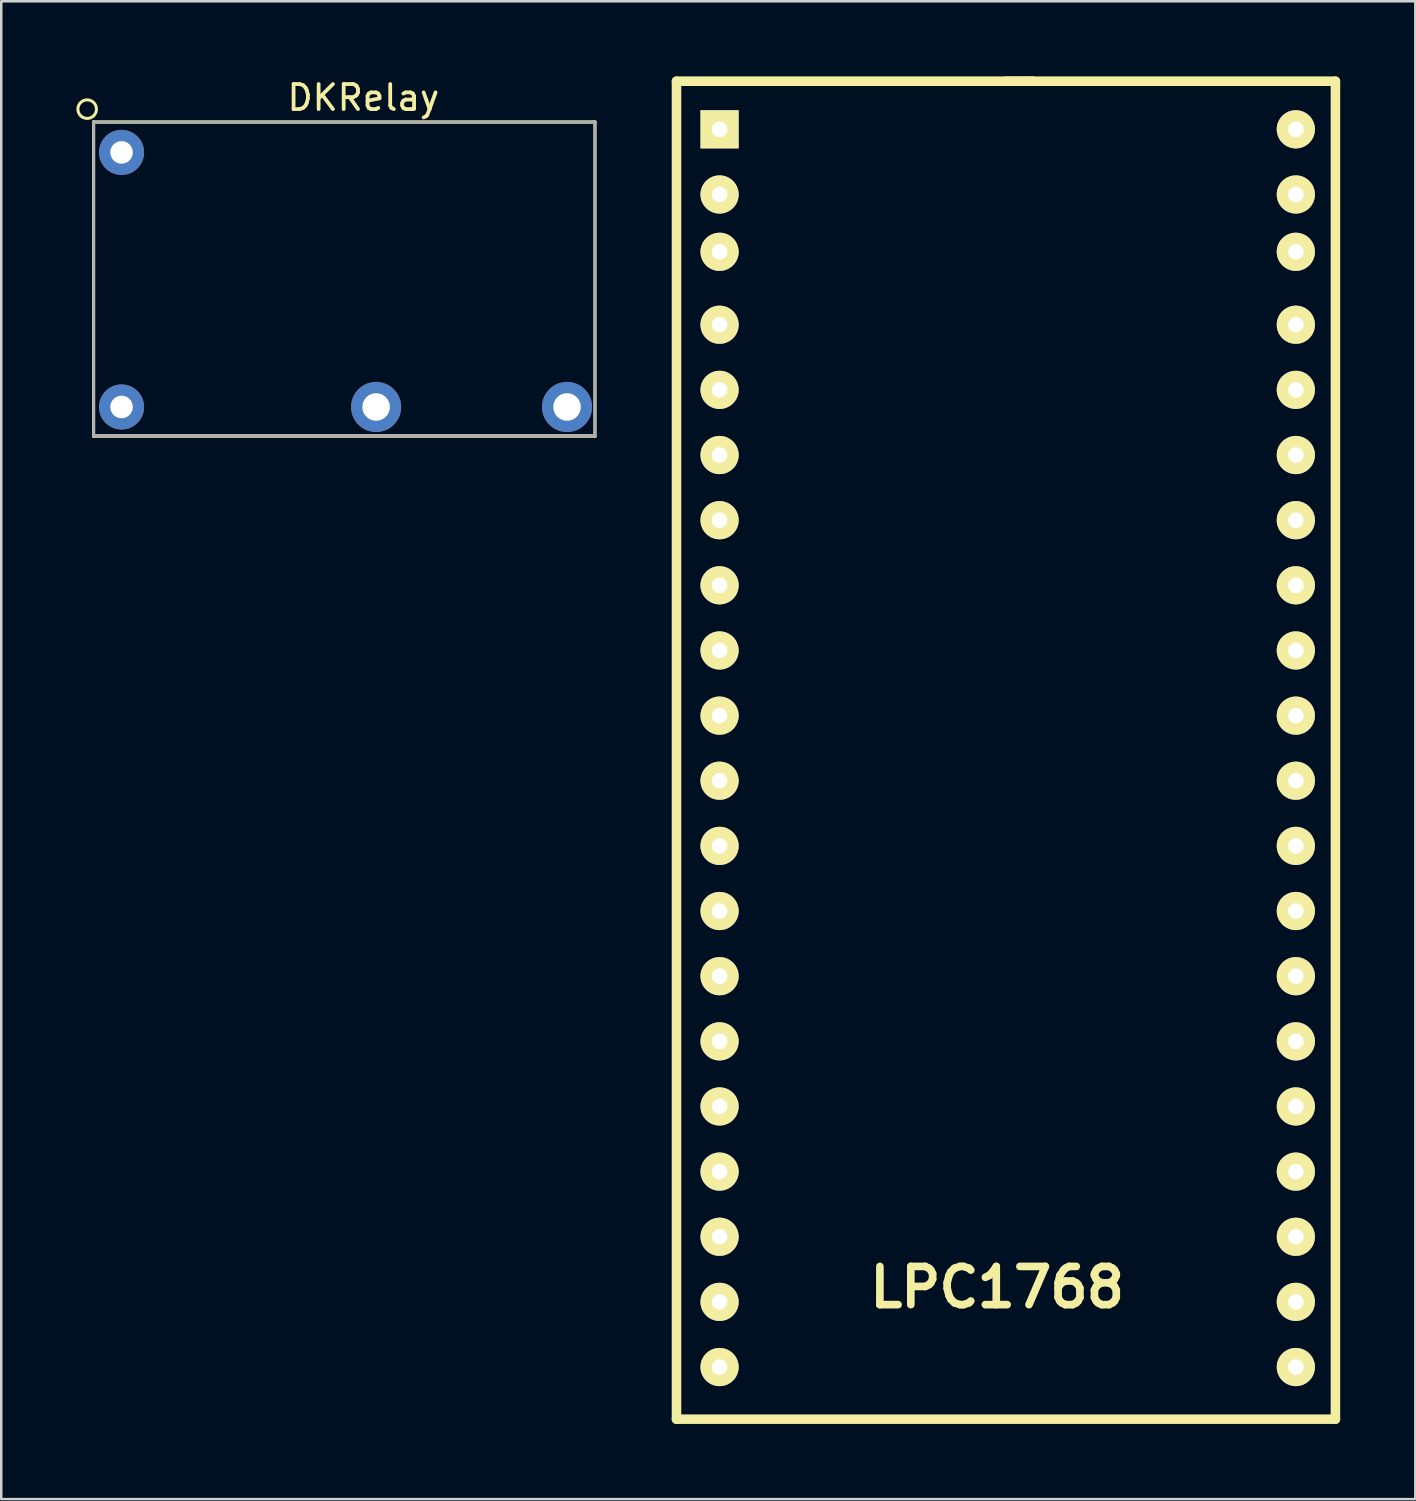
<source format=kicad_pcb>
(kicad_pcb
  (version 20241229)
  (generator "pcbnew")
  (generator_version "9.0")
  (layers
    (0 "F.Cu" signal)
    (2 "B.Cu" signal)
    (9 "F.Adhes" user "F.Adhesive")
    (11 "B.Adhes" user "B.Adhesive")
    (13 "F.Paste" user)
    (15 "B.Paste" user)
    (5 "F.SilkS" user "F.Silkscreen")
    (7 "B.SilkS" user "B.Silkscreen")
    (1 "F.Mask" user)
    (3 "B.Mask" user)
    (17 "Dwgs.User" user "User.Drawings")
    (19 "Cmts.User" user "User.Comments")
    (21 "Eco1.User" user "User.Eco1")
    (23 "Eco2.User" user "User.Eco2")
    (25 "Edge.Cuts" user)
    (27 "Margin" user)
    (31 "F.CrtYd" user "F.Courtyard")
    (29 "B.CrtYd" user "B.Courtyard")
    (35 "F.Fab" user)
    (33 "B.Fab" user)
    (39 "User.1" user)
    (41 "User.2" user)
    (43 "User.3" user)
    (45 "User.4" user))
  (footprint "LPC1768"
    (layer "F.Cu")
    (at 37.498 26.82)
    (property "Reference" "LPC1768" (at -0.749 21.511 0) (layer "F.SilkS") (effects (font (size 1.524 1.524) (thickness 0.305))))
    (attr through_hole)
    (fp_line (start -13.548 -26.629) (end 0.65 -26.629) (stroke (width 0.381) (type solid)) (layer "F.SilkS"))
    (fp_line (start -13.548 26.772) (end -13.548 -26.629) (stroke (width 0.381) (type solid)) (layer "F.SilkS"))
    (fp_line (start -0.399 -26.629) (end 12.751 -26.629) (stroke (width 0.381) (type solid)) (layer "F.SilkS"))
    (fp_line (start 0.65 -26.629) (end 0.66 -26.629) (stroke (width 0.381) (type solid)) (layer "F.SilkS"))
    (fp_line (start 12.751 -26.629) (end 12.751 26.772) (stroke (width 0.381) (type solid)) (layer "F.SilkS"))
    (fp_line (start 12.751 26.772) (end -13.548 26.772) (stroke (width 0.381) (type solid)) (layer "F.SilkS"))
    (pad "1" thru_hole rect (at -11.829 -24.709) (size 1.524 1.524) (drill 0.62) (layers "*.Cu" "*.Mask" "F.SilkS"))
    (pad "2" thru_hole circle (at -11.829 -22.108) (size 1.524 1.524) (drill 0.62) (layers "*.Cu" "*.Mask" "F.SilkS"))
    (pad "3" thru_hole circle (at -11.829 -19.82) (size 1.524 1.524) (drill 0.62) (layers "*.Cu" "*.Mask" "F.SilkS"))
    (pad "4" thru_hole circle (at -11.829 -16.909) (size 1.524 1.524) (drill 0.62) (layers "*.Cu" "*.Mask" "F.SilkS"))
    (pad "5" thru_hole circle (at -11.829 -14.31) (size 1.524 1.524) (drill 0.62) (layers "*.Cu" "*.Mask" "F.SilkS"))
    (pad "6" thru_hole circle (at -11.829 -11.709) (size 1.524 1.524) (drill 0.62) (layers "*.Cu" "*.Mask" "F.SilkS"))
    (pad "7" thru_hole circle (at -11.829 -9.108) (size 1.524 1.524) (drill 0.62) (layers "*.Cu" "*.Mask" "F.SilkS"))
    (pad "8" thru_hole circle (at -11.829 -6.51) (size 1.524 1.524) (drill 0.62) (layers "*.Cu" "*.Mask" "F.SilkS"))
    (pad "9" thru_hole circle (at -11.829 -3.909) (size 1.524 1.524) (drill 0.62) (layers "*.Cu" "*.Mask" "F.SilkS"))
    (pad "10" thru_hole circle (at -11.829 -1.308) (size 1.524 1.524) (drill 0.62) (layers "*.Cu" "*.Mask" "F.SilkS"))
    (pad "11" thru_hole circle (at -11.829 1.29) (size 1.524 1.524) (drill 0.62) (layers "*.Cu" "*.Mask" "F.SilkS"))
    (pad "12" thru_hole circle (at -11.829 3.891) (size 1.524 1.524) (drill 0.62) (layers "*.Cu" "*.Mask" "F.SilkS"))
    (pad "13" thru_hole circle (at -11.829 6.49) (size 1.524 1.524) (drill 0.62) (layers "*.Cu" "*.Mask" "F.SilkS"))
    (pad "14" thru_hole circle (at -11.829 9.091) (size 1.524 1.524) (drill 0.62) (layers "*.Cu" "*.Mask" "F.SilkS"))
    (pad "15" thru_hole circle (at -11.829 11.692) (size 1.524 1.524) (drill 0.62) (layers "*.Cu" "*.Mask" "F.SilkS"))
    (pad "16" thru_hole circle (at -11.829 14.29) (size 1.524 1.524) (drill 0.62) (layers "*.Cu" "*.Mask" "F.SilkS"))
    (pad "17" thru_hole circle (at -11.829 16.891) (size 1.524 1.524) (drill 0.62) (layers "*.Cu" "*.Mask" "F.SilkS"))
    (pad "18" thru_hole circle (at -11.829 19.492) (size 1.524 1.524) (drill 0.62) (layers "*.Cu" "*.Mask" "F.SilkS"))
    (pad "19" thru_hole circle (at -11.829 22.09) (size 1.524 1.524) (drill 0.62) (layers "*.Cu" "*.Mask" "F.SilkS"))
    (pad "20" thru_hole circle (at -11.829 24.691) (size 1.524 1.524) (drill 0.62) (layers "*.Cu" "*.Mask" "F.SilkS"))
    (pad "21" thru_hole circle (at 11.171 24.691) (size 1.524 1.524) (drill 0.62) (layers "*.Cu" "*.Mask" "F.SilkS"))
    (pad "22" thru_hole circle (at 11.171 22.09) (size 1.524 1.524) (drill 0.62) (layers "*.Cu" "*.Mask" "F.SilkS"))
    (pad "23" thru_hole circle (at 11.171 19.492) (size 1.524 1.524) (drill 0.62) (layers "*.Cu" "*.Mask" "F.SilkS"))
    (pad "24" thru_hole circle (at 11.171 16.891) (size 1.524 1.524) (drill 0.62) (layers "*.Cu" "*.Mask" "F.SilkS"))
    (pad "25" thru_hole circle (at 11.171 14.29) (size 1.524 1.524) (drill 0.62) (layers "*.Cu" "*.Mask" "F.SilkS"))
    (pad "26" thru_hole circle (at 11.171 11.692) (size 1.524 1.524) (drill 0.62) (layers "*.Cu" "*.Mask" "F.SilkS"))
    (pad "27" thru_hole circle (at 11.171 9.091) (size 1.524 1.524) (drill 0.62) (layers "*.Cu" "*.Mask" "F.SilkS"))
    (pad "28" thru_hole circle (at 11.171 6.49) (size 1.524 1.524) (drill 0.62) (layers "*.Cu" "*.Mask" "F.SilkS"))
    (pad "29" thru_hole circle (at 11.171 3.891) (size 1.524 1.524) (drill 0.62) (layers "*.Cu" "*.Mask" "F.SilkS"))
    (pad "30" thru_hole circle (at 11.171 1.29) (size 1.524 1.524) (drill 0.62) (layers "*.Cu" "*.Mask" "F.SilkS"))
    (pad "31" thru_hole circle (at 11.171 -1.308) (size 1.524 1.524) (drill 0.62) (layers "*.Cu" "*.Mask" "F.SilkS"))
    (pad "32" thru_hole circle (at 11.171 -3.909) (size 1.524 1.524) (drill 0.62) (layers "*.Cu" "*.Mask" "F.SilkS"))
    (pad "33" thru_hole circle (at 11.171 -6.51) (size 1.524 1.524) (drill 0.62) (layers "*.Cu" "*.Mask" "F.SilkS"))
    (pad "34" thru_hole circle (at 11.171 -9.108) (size 1.524 1.524) (drill 0.62) (layers "*.Cu" "*.Mask" "F.SilkS"))
    (pad "35" thru_hole circle (at 11.171 -11.709) (size 1.524 1.524) (drill 0.62) (layers "*.Cu" "*.Mask" "F.SilkS"))
    (pad "36" thru_hole circle (at 11.171 -14.31) (size 1.524 1.524) (drill 0.62) (layers "*.Cu" "*.Mask" "F.SilkS"))
    (pad "37" thru_hole circle (at 11.171 -16.909) (size 1.524 1.524) (drill 0.62) (layers "*.Cu" "*.Mask" "F.SilkS"))
    (pad "38" thru_hole circle (at 11.171 -19.82) (size 1.524 1.524) (drill 0.62) (layers "*.Cu" "*.Mask" "F.SilkS"))
    (pad "39" thru_hole circle (at 11.171 -22.108) (size 1.524 1.524) (drill 0.62) (layers "*.Cu" "*.Mask" "F.SilkS"))
    (pad "40" thru_hole circle (at 11.171 -24.709) (size 1.524 1.524) (drill 0.62) (layers "*.Cu" "*.Mask" "F.SilkS")))
  (footprint "DKRelay"
    (layer "F.Cu")
    (at 1.801 3.033)
    (property "Reference" "DKRelay" (at 9.652 -2.184 0) (layer "F.SilkS") (effects (font (size 1 1) (thickness 0.15))))
    (attr through_hole)
    (fp_line (start -1.118 -1.219) (end 18.898 -1.219) (stroke (width 0.12) (type solid)) (layer "F.SilkS"))
    (fp_line (start -1.118 11.328) (end -1.118 -1.219) (stroke (width 0.12) (type solid)) (layer "F.SilkS"))
    (fp_line (start 18.898 -1.219) (end 18.898 11.328) (stroke (width 0.12) (type solid)) (layer "F.SilkS"))
    (fp_line (start 18.898 11.328) (end -1.118 11.328) (stroke (width 0.12) (type solid)) (layer "F.SilkS"))
    (fp_circle (center -1.372 -1.727) (end -1.016 -1.829) (stroke (width 0.12) (type solid)) (fill no) (layer "F.SilkS"))
    (fp_line (start -1.11 -1.2) (end 18.89 -1.2) (stroke (width 0.12) (type solid)) (layer "F.Fab"))
    (fp_line (start -1.11 11.3) (end -1.11 -1.2) (stroke (width 0.12) (type solid)) (layer "F.Fab"))
    (fp_line (start 18.89 -1.2) (end 18.89 11.3) (stroke (width 0.12) (type solid)) (layer "F.Fab"))
    (fp_line (start 18.89 11.3) (end -1.11 11.3) (stroke (width 0.12) (type solid)) (layer "F.Fab"))
    (pad "1" thru_hole circle (at 0 10.16) (size 1.8 1.8) (drill 0.9) (layers "*.Cu" "*.Mask"))
    (pad "3" thru_hole circle (at 10.16 10.16) (size 2 2) (drill 1.1) (layers "*.Cu" "*.Mask"))
    (pad "4" thru_hole circle (at 17.78 10.16) (size 2 2) (drill 1.1) (layers "*.Cu" "*.Mask"))
    (pad "6" thru_hole circle (at 0 0) (size 1.8 1.8) (drill 0.9) (layers "*.Cu" "*.Mask")))
  (gr_rect
    (start -3 -3)
    (end 53.439 56.782)
    (stroke (width 0.1) (type default))
    (fill no)
    (layer "Edge.Cuts")))
</source>
